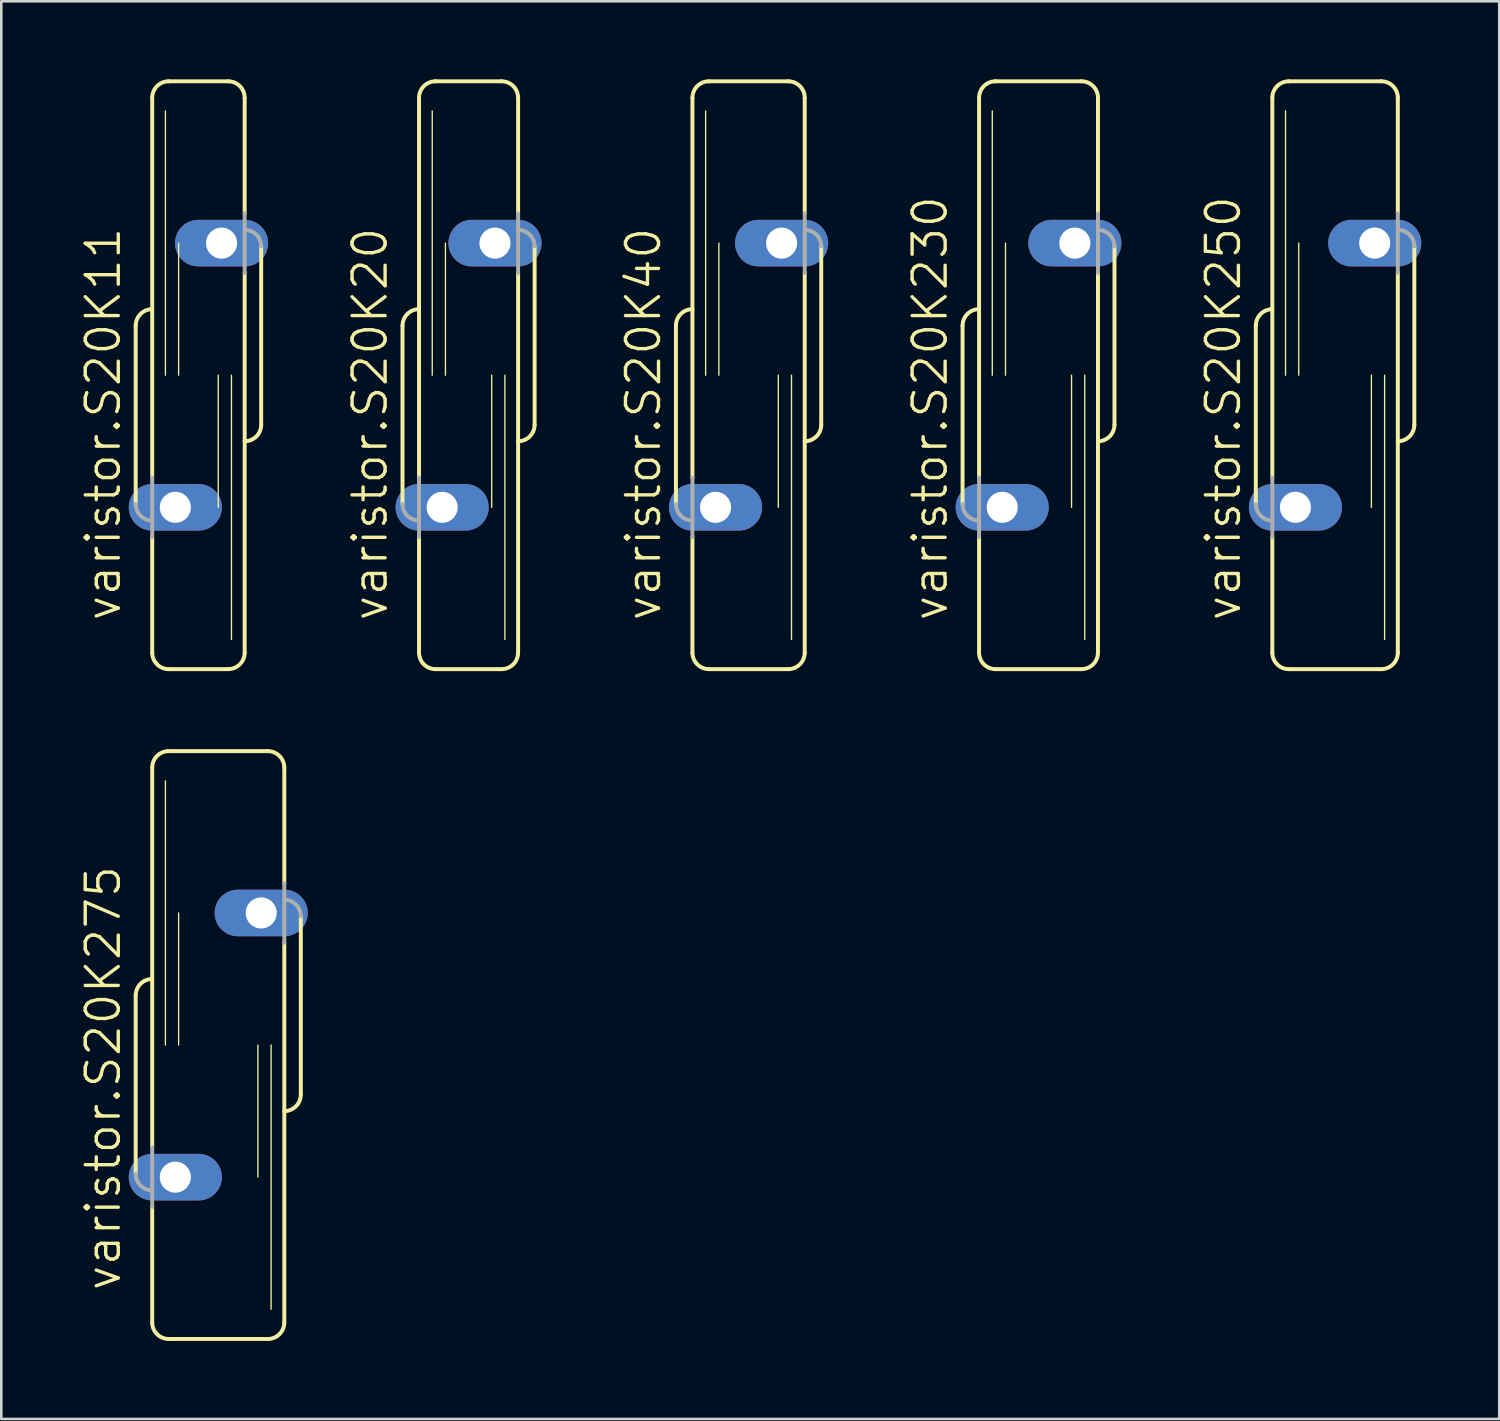
<source format=kicad_pcb>
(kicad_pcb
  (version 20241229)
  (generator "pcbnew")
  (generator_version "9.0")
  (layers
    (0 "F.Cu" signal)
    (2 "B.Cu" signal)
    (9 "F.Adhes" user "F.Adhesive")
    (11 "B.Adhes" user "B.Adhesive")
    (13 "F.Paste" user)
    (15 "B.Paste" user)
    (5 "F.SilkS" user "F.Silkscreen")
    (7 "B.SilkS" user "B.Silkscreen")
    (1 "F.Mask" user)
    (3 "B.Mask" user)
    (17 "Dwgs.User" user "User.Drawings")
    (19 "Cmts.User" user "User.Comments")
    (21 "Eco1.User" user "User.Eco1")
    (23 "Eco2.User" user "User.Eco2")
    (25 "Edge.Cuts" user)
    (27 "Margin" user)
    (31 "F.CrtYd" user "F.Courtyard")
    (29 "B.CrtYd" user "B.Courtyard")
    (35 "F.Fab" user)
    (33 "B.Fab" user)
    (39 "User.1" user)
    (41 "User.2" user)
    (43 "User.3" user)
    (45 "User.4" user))
  (footprint "varistor.S20K20"
    (layer "F.Cu")
    (at 14.969 11.379)
    (property "Reference" "varistor.S20K20" (at -3.048 9.525 90) (layer "F.SilkS") (effects (font (size 1.27 1.27) (thickness 0.13)) (justify left bottom)))
    (attr through_hole)
    (fp_line (start -2.54 -1.905) (end -2.54 4.953) (stroke (width 0.152) (type default)) (layer "F.SilkS"))
    (fp_line (start -1.905 3.937) (end -1.905 -10.668) (stroke (width 0.152) (type default)) (layer "F.SilkS"))
    (fp_line (start -1.905 10.668) (end -1.905 6.223) (stroke (width 0.152) (type default)) (layer "F.SilkS"))
    (fp_line (start -1.397 0) (end -1.397 -10.16) (stroke (width 0.051) (type default)) (layer "F.SilkS"))
    (fp_line (start -1.27 -11.303) (end 1.27 -11.303) (stroke (width 0.152) (type default)) (layer "F.SilkS"))
    (fp_line (start -1.27 11.303) (end 1.27 11.303) (stroke (width 0.152) (type default)) (layer "F.SilkS"))
    (fp_line (start -0.889 0) (end -0.889 -5.08) (stroke (width 0.051) (type default)) (layer "F.SilkS"))
    (fp_line (start 0.889 5.08) (end 0.889 0) (stroke (width 0.051) (type default)) (layer "F.SilkS"))
    (fp_line (start 1.397 10.16) (end 1.397 0) (stroke (width 0.051) (type default)) (layer "F.SilkS"))
    (fp_line (start 1.905 -6.223) (end 1.905 -10.668) (stroke (width 0.152) (type default)) (layer "F.SilkS"))
    (fp_line (start 1.905 10.668) (end 1.905 -3.937) (stroke (width 0.152) (type default)) (layer "F.SilkS"))
    (fp_line (start 2.54 1.905) (end 2.54 -4.953) (stroke (width 0.152) (type default)) (layer "F.SilkS"))
    (fp_arc (start -2.54 -1.905) (mid -2.354013 -2.354013) (end -1.905 -2.54) (stroke (width 0.1524) (type default)) (layer "F.SilkS"))
    (fp_arc (start -1.905 -10.668) (mid -1.719013 -11.117013) (end -1.27 -11.303) (stroke (width 0.1524) (type default)) (layer "F.SilkS"))
    (fp_arc (start -1.27 11.303) (mid -1.719013 11.117013) (end -1.905 10.668) (stroke (width 0.1524) (type default)) (layer "F.SilkS"))
    (fp_arc (start 1.27 -11.303) (mid 1.719013 -11.117013) (end 1.905 -10.668) (stroke (width 0.1524) (type default)) (layer "F.SilkS"))
    (fp_arc (start 1.905 10.668) (mid 1.719013 11.117013) (end 1.27 11.303) (stroke (width 0.1524) (type default)) (layer "F.SilkS"))
    (fp_arc (start 2.54 1.905) (mid 2.354013 2.354013) (end 1.905 2.54) (stroke (width 0.1524) (type default)) (layer "F.SilkS"))
    (fp_line (start -1.905 3.937) (end -1.905 6.223) (stroke (width 0.152) (type default)) (layer "F.Fab"))
    (fp_line (start 1.905 -3.937) (end 1.905 -6.223) (stroke (width 0.152) (type default)) (layer "F.Fab"))
    (fp_arc (start -1.905 5.588) (mid -2.354013 5.402013) (end -2.54 4.953) (stroke (width 0.1524) (type default)) (layer "F.Fab"))
    (fp_arc (start 1.905 -5.588) (mid 2.354013 -5.402013) (end 2.54 -4.953) (stroke (width 0.1524) (type default)) (layer "F.Fab"))
    (pad "1" thru_hole oval (at -1.016 5.08) (size 3.581 1.791) (drill 1.194) (layers "*.Cu" "*.Mask"))
    (pad "2" thru_hole oval (at 1.016 -5.08) (size 3.581 1.791) (drill 1.194) (layers "*.Cu" "*.Mask")))
  (footprint "varistor.S20K275"
    (layer "F.Cu")
    (at 5.343 37.138)
    (property "Reference" "varistor.S20K275" (at -3.683 9.525 90) (layer "F.SilkS") (effects (font (size 1.27 1.27) (thickness 0.13)) (justify left bottom)))
    (attr through_hole)
    (fp_line (start -3.175 -1.905) (end -3.175 4.953) (stroke (width 0.152) (type default)) (layer "F.SilkS"))
    (fp_line (start -2.54 3.937) (end -2.54 -10.668) (stroke (width 0.152) (type default)) (layer "F.SilkS"))
    (fp_line (start -2.54 10.668) (end -2.54 6.223) (stroke (width 0.152) (type default)) (layer "F.SilkS"))
    (fp_line (start -2.032 0) (end -2.032 -10.16) (stroke (width 0.051) (type default)) (layer "F.SilkS"))
    (fp_line (start -1.905 -11.303) (end 1.905 -11.303) (stroke (width 0.152) (type default)) (layer "F.SilkS"))
    (fp_line (start -1.905 11.303) (end 1.905 11.303) (stroke (width 0.152) (type default)) (layer "F.SilkS"))
    (fp_line (start -1.524 0) (end -1.524 -5.08) (stroke (width 0.051) (type default)) (layer "F.SilkS"))
    (fp_line (start 1.524 5.08) (end 1.524 0) (stroke (width 0.051) (type default)) (layer "F.SilkS"))
    (fp_line (start 2.032 10.16) (end 2.032 0) (stroke (width 0.051) (type default)) (layer "F.SilkS"))
    (fp_line (start 2.54 -6.223) (end 2.54 -10.668) (stroke (width 0.152) (type default)) (layer "F.SilkS"))
    (fp_line (start 2.54 10.668) (end 2.54 -3.937) (stroke (width 0.152) (type default)) (layer "F.SilkS"))
    (fp_line (start 3.175 1.905) (end 3.175 -4.953) (stroke (width 0.152) (type default)) (layer "F.SilkS"))
    (fp_arc (start -3.175 -1.905) (mid -2.989013 -2.354013) (end -2.54 -2.54) (stroke (width 0.1524) (type default)) (layer "F.SilkS"))
    (fp_arc (start -2.54 -10.668) (mid -2.354013 -11.117013) (end -1.905 -11.303) (stroke (width 0.1524) (type default)) (layer "F.SilkS"))
    (fp_arc (start -1.905 11.303) (mid -2.354013 11.117013) (end -2.54 10.668) (stroke (width 0.1524) (type default)) (layer "F.SilkS"))
    (fp_arc (start 1.905 -11.303) (mid 2.354013 -11.117013) (end 2.54 -10.668) (stroke (width 0.1524) (type default)) (layer "F.SilkS"))
    (fp_arc (start 2.54 10.668) (mid 2.354013 11.117013) (end 1.905 11.303) (stroke (width 0.1524) (type default)) (layer "F.SilkS"))
    (fp_arc (start 3.175 1.905) (mid 2.989013 2.354013) (end 2.54 2.54) (stroke (width 0.1524) (type default)) (layer "F.SilkS"))
    (fp_line (start -2.54 3.937) (end -2.54 6.223) (stroke (width 0.152) (type default)) (layer "F.Fab"))
    (fp_line (start 2.54 -3.937) (end 2.54 -6.223) (stroke (width 0.152) (type default)) (layer "F.Fab"))
    (fp_arc (start -2.54 5.588) (mid -2.989013 5.402013) (end -3.175 4.953) (stroke (width 0.1524) (type default)) (layer "F.Fab"))
    (fp_arc (start 2.54 -5.588) (mid 2.989013 -5.402013) (end 3.175 -4.953) (stroke (width 0.1524) (type default)) (layer "F.Fab"))
    (pad "1" thru_hole oval (at -1.651 5.08) (size 3.581 1.791) (drill 1.194) (layers "*.Cu" "*.Mask"))
    (pad "2" thru_hole oval (at 1.651 -5.08) (size 3.581 1.791) (drill 1.194) (layers "*.Cu" "*.Mask")))
  (footprint "varistor.S20K230"
    (layer "F.Cu")
    (at 36.887 11.379)
    (property "Reference" "varistor.S20K230" (at -3.429 9.525 90) (layer "F.SilkS") (effects (font (size 1.27 1.27) (thickness 0.13)) (justify left bottom)))
    (attr through_hole)
    (fp_line (start -2.921 -1.905) (end -2.921 4.953) (stroke (width 0.152) (type default)) (layer "F.SilkS"))
    (fp_line (start -2.286 3.937) (end -2.286 -10.668) (stroke (width 0.152) (type default)) (layer "F.SilkS"))
    (fp_line (start -2.286 10.668) (end -2.286 6.223) (stroke (width 0.152) (type default)) (layer "F.SilkS"))
    (fp_line (start -1.778 0) (end -1.778 -10.16) (stroke (width 0.051) (type default)) (layer "F.SilkS"))
    (fp_line (start -1.651 -11.303) (end 1.651 -11.303) (stroke (width 0.152) (type default)) (layer "F.SilkS"))
    (fp_line (start -1.651 11.303) (end 1.651 11.303) (stroke (width 0.152) (type default)) (layer "F.SilkS"))
    (fp_line (start -1.27 0) (end -1.27 -5.08) (stroke (width 0.051) (type default)) (layer "F.SilkS"))
    (fp_line (start 1.27 5.08) (end 1.27 0) (stroke (width 0.051) (type default)) (layer "F.SilkS"))
    (fp_line (start 1.778 10.16) (end 1.778 0) (stroke (width 0.051) (type default)) (layer "F.SilkS"))
    (fp_line (start 2.286 -6.223) (end 2.286 -10.668) (stroke (width 0.152) (type default)) (layer "F.SilkS"))
    (fp_line (start 2.286 10.668) (end 2.286 -3.937) (stroke (width 0.152) (type default)) (layer "F.SilkS"))
    (fp_line (start 2.921 1.905) (end 2.921 -4.953) (stroke (width 0.152) (type default)) (layer "F.SilkS"))
    (fp_arc (start -2.921 -1.905) (mid -2.735013 -2.354013) (end -2.286 -2.54) (stroke (width 0.1524) (type default)) (layer "F.SilkS"))
    (fp_arc (start -2.286 -10.668) (mid -2.100013 -11.117013) (end -1.651 -11.303) (stroke (width 0.1524) (type default)) (layer "F.SilkS"))
    (fp_arc (start -1.651 11.303) (mid -2.100013 11.117013) (end -2.286 10.668) (stroke (width 0.1524) (type default)) (layer "F.SilkS"))
    (fp_arc (start 1.651 -11.303) (mid 2.100013 -11.117013) (end 2.286 -10.668) (stroke (width 0.1524) (type default)) (layer "F.SilkS"))
    (fp_arc (start 2.286 10.668) (mid 2.100013 11.117013) (end 1.651 11.303) (stroke (width 0.1524) (type default)) (layer "F.SilkS"))
    (fp_arc (start 2.921 1.905) (mid 2.735013 2.354013) (end 2.286 2.54) (stroke (width 0.1524) (type default)) (layer "F.SilkS"))
    (fp_line (start -2.286 3.937) (end -2.286 6.223) (stroke (width 0.152) (type default)) (layer "F.Fab"))
    (fp_line (start 2.286 -3.937) (end 2.286 -6.223) (stroke (width 0.152) (type default)) (layer "F.Fab"))
    (fp_arc (start -2.286 5.588) (mid -2.735013 5.402013) (end -2.921 4.953) (stroke (width 0.1524) (type default)) (layer "F.Fab"))
    (fp_arc (start 2.286 -5.588) (mid 2.735013 -5.402013) (end 2.921 -4.953) (stroke (width 0.1524) (type default)) (layer "F.Fab"))
    (pad "1" thru_hole oval (at -1.397 5.08) (size 3.581 1.791) (drill 1.194) (layers "*.Cu" "*.Mask"))
    (pad "2" thru_hole oval (at 1.397 -5.08) (size 3.581 1.791) (drill 1.194) (layers "*.Cu" "*.Mask")))
  (footprint "varistor.S20K11"
    (layer "F.Cu")
    (at 4.581 11.379)
    (property "Reference" "varistor.S20K11" (at -2.921 9.525 90) (layer "F.SilkS") (effects (font (size 1.27 1.27) (thickness 0.13)) (justify left bottom)))
    (attr through_hole)
    (fp_line (start -2.413 -1.905) (end -2.413 4.953) (stroke (width 0.152) (type default)) (layer "F.SilkS"))
    (fp_line (start -1.778 3.937) (end -1.778 -10.668) (stroke (width 0.152) (type default)) (layer "F.SilkS"))
    (fp_line (start -1.778 10.668) (end -1.778 6.223) (stroke (width 0.152) (type default)) (layer "F.SilkS"))
    (fp_line (start -1.27 0) (end -1.27 -10.16) (stroke (width 0.051) (type default)) (layer "F.SilkS"))
    (fp_line (start -1.143 -11.303) (end 1.143 -11.303) (stroke (width 0.152) (type default)) (layer "F.SilkS"))
    (fp_line (start -1.143 11.303) (end 1.143 11.303) (stroke (width 0.152) (type default)) (layer "F.SilkS"))
    (fp_line (start -0.762 0) (end -0.762 -5.08) (stroke (width 0.051) (type default)) (layer "F.SilkS"))
    (fp_line (start 0.762 5.08) (end 0.762 0) (stroke (width 0.051) (type default)) (layer "F.SilkS"))
    (fp_line (start 1.27 10.16) (end 1.27 0) (stroke (width 0.051) (type default)) (layer "F.SilkS"))
    (fp_line (start 1.778 -6.223) (end 1.778 -10.668) (stroke (width 0.152) (type default)) (layer "F.SilkS"))
    (fp_line (start 1.778 10.668) (end 1.778 -3.937) (stroke (width 0.152) (type default)) (layer "F.SilkS"))
    (fp_line (start 2.413 1.905) (end 2.413 -4.953) (stroke (width 0.152) (type default)) (layer "F.SilkS"))
    (fp_arc (start -2.413 -1.905) (mid -2.227013 -2.354013) (end -1.778 -2.54) (stroke (width 0.1524) (type default)) (layer "F.SilkS"))
    (fp_arc (start -1.778 -10.668) (mid -1.592013 -11.117013) (end -1.143 -11.303) (stroke (width 0.1524) (type default)) (layer "F.SilkS"))
    (fp_arc (start -1.143 11.303) (mid -1.592013 11.117013) (end -1.778 10.668) (stroke (width 0.1524) (type default)) (layer "F.SilkS"))
    (fp_arc (start 1.143 -11.303) (mid 1.592013 -11.117013) (end 1.778 -10.668) (stroke (width 0.1524) (type default)) (layer "F.SilkS"))
    (fp_arc (start 1.778 10.668) (mid 1.592013 11.117013) (end 1.143 11.303) (stroke (width 0.1524) (type default)) (layer "F.SilkS"))
    (fp_arc (start 2.413 1.905) (mid 2.227013 2.354013) (end 1.778 2.54) (stroke (width 0.1524) (type default)) (layer "F.SilkS"))
    (fp_line (start -1.778 3.937) (end -1.778 6.223) (stroke (width 0.152) (type default)) (layer "F.Fab"))
    (fp_line (start 1.778 -3.937) (end 1.778 -6.223) (stroke (width 0.152) (type default)) (layer "F.Fab"))
    (fp_arc (start -1.778 5.588) (mid -2.227013 5.402013) (end -2.413 4.953) (stroke (width 0.1524) (type default)) (layer "F.Fab"))
    (fp_arc (start 1.778 -5.588) (mid 2.227013 -5.402013) (end 2.413 -4.953) (stroke (width 0.1524) (type default)) (layer "F.Fab"))
    (pad "1" thru_hole oval (at -0.889 5.08) (size 3.581 1.791) (drill 1.194) (layers "*.Cu" "*.Mask"))
    (pad "2" thru_hole oval (at 0.889 -5.08) (size 3.581 1.791) (drill 1.194) (layers "*.Cu" "*.Mask")))
  (footprint "varistor.S20K40"
    (layer "F.Cu")
    (at 25.737 11.379)
    (property "Reference" "varistor.S20K40" (at -3.302 9.525 90) (layer "F.SilkS") (effects (font (size 1.27 1.27) (thickness 0.13)) (justify left bottom)))
    (attr through_hole)
    (fp_line (start -2.794 -1.905) (end -2.794 4.953) (stroke (width 0.152) (type default)) (layer "F.SilkS"))
    (fp_line (start -2.159 3.937) (end -2.159 -10.668) (stroke (width 0.152) (type default)) (layer "F.SilkS"))
    (fp_line (start -2.159 10.668) (end -2.159 6.223) (stroke (width 0.152) (type default)) (layer "F.SilkS"))
    (fp_line (start -1.651 0) (end -1.651 -10.16) (stroke (width 0.051) (type default)) (layer "F.SilkS"))
    (fp_line (start -1.524 -11.303) (end 1.524 -11.303) (stroke (width 0.152) (type default)) (layer "F.SilkS"))
    (fp_line (start -1.524 11.303) (end 1.524 11.303) (stroke (width 0.152) (type default)) (layer "F.SilkS"))
    (fp_line (start -1.143 0) (end -1.143 -5.08) (stroke (width 0.051) (type default)) (layer "F.SilkS"))
    (fp_line (start 1.143 5.08) (end 1.143 0) (stroke (width 0.051) (type default)) (layer "F.SilkS"))
    (fp_line (start 1.651 10.16) (end 1.651 0) (stroke (width 0.051) (type default)) (layer "F.SilkS"))
    (fp_line (start 2.159 -6.223) (end 2.159 -10.668) (stroke (width 0.152) (type default)) (layer "F.SilkS"))
    (fp_line (start 2.159 10.668) (end 2.159 -3.937) (stroke (width 0.152) (type default)) (layer "F.SilkS"))
    (fp_line (start 2.794 1.905) (end 2.794 -4.953) (stroke (width 0.152) (type default)) (layer "F.SilkS"))
    (fp_arc (start -2.794 -1.905) (mid -2.608013 -2.354013) (end -2.159 -2.54) (stroke (width 0.1524) (type default)) (layer "F.SilkS"))
    (fp_arc (start -2.159 -10.668) (mid -1.973013 -11.117013) (end -1.524 -11.303) (stroke (width 0.1524) (type default)) (layer "F.SilkS"))
    (fp_arc (start -1.524 11.303) (mid -1.973013 11.117013) (end -2.159 10.668) (stroke (width 0.1524) (type default)) (layer "F.SilkS"))
    (fp_arc (start 1.524 -11.303) (mid 1.973013 -11.117013) (end 2.159 -10.668) (stroke (width 0.1524) (type default)) (layer "F.SilkS"))
    (fp_arc (start 2.159 10.668) (mid 1.973013 11.117013) (end 1.524 11.303) (stroke (width 0.1524) (type default)) (layer "F.SilkS"))
    (fp_arc (start 2.794 1.905) (mid 2.608013 2.354013) (end 2.159 2.54) (stroke (width 0.1524) (type default)) (layer "F.SilkS"))
    (fp_line (start -2.159 3.937) (end -2.159 6.223) (stroke (width 0.152) (type default)) (layer "F.Fab"))
    (fp_line (start 2.159 -3.937) (end 2.159 -6.223) (stroke (width 0.152) (type default)) (layer "F.Fab"))
    (fp_arc (start -2.159 5.588) (mid -2.608013 5.402013) (end -2.794 4.953) (stroke (width 0.1524) (type default)) (layer "F.Fab"))
    (fp_arc (start 2.159 -5.588) (mid 2.608013 -5.402013) (end 2.794 -4.953) (stroke (width 0.1524) (type default)) (layer "F.Fab"))
    (pad "1" thru_hole oval (at -1.27 5.08) (size 3.581 1.791) (drill 1.194) (layers "*.Cu" "*.Mask"))
    (pad "2" thru_hole oval (at 1.27 -5.08) (size 3.581 1.791) (drill 1.194) (layers "*.Cu" "*.Mask")))
  (footprint "varistor.S20K250"
    (layer "F.Cu")
    (at 48.291 11.379)
    (property "Reference" "varistor.S20K250" (at -3.556 9.525 90) (layer "F.SilkS") (effects (font (size 1.27 1.27) (thickness 0.13)) (justify left bottom)))
    (attr through_hole)
    (fp_line (start -3.048 -1.905) (end -3.048 4.953) (stroke (width 0.152) (type default)) (layer "F.SilkS"))
    (fp_line (start -2.413 3.937) (end -2.413 -10.668) (stroke (width 0.152) (type default)) (layer "F.SilkS"))
    (fp_line (start -2.413 10.668) (end -2.413 6.223) (stroke (width 0.152) (type default)) (layer "F.SilkS"))
    (fp_line (start -1.905 0) (end -1.905 -10.16) (stroke (width 0.051) (type default)) (layer "F.SilkS"))
    (fp_line (start -1.778 -11.303) (end 1.778 -11.303) (stroke (width 0.152) (type default)) (layer "F.SilkS"))
    (fp_line (start -1.778 11.303) (end 1.778 11.303) (stroke (width 0.152) (type default)) (layer "F.SilkS"))
    (fp_line (start -1.397 0) (end -1.397 -5.08) (stroke (width 0.051) (type default)) (layer "F.SilkS"))
    (fp_line (start 1.397 5.08) (end 1.397 0) (stroke (width 0.051) (type default)) (layer "F.SilkS"))
    (fp_line (start 1.905 10.16) (end 1.905 0) (stroke (width 0.051) (type default)) (layer "F.SilkS"))
    (fp_line (start 2.413 -6.223) (end 2.413 -10.668) (stroke (width 0.152) (type default)) (layer "F.SilkS"))
    (fp_line (start 2.413 10.668) (end 2.413 -3.937) (stroke (width 0.152) (type default)) (layer "F.SilkS"))
    (fp_line (start 3.048 1.905) (end 3.048 -4.953) (stroke (width 0.152) (type default)) (layer "F.SilkS"))
    (fp_arc (start -3.048 -1.905) (mid -2.862013 -2.354013) (end -2.413 -2.54) (stroke (width 0.1524) (type default)) (layer "F.SilkS"))
    (fp_arc (start -2.413 -10.668) (mid -2.227013 -11.117013) (end -1.778 -11.303) (stroke (width 0.1524) (type default)) (layer "F.SilkS"))
    (fp_arc (start -1.778 11.303) (mid -2.227013 11.117013) (end -2.413 10.668) (stroke (width 0.1524) (type default)) (layer "F.SilkS"))
    (fp_arc (start 1.778 -11.303) (mid 2.227013 -11.117013) (end 2.413 -10.668) (stroke (width 0.1524) (type default)) (layer "F.SilkS"))
    (fp_arc (start 2.413 10.668) (mid 2.227013 11.117013) (end 1.778 11.303) (stroke (width 0.1524) (type default)) (layer "F.SilkS"))
    (fp_arc (start 3.048 1.905) (mid 2.862013 2.354013) (end 2.413 2.54) (stroke (width 0.1524) (type default)) (layer "F.SilkS"))
    (fp_line (start -2.413 3.937) (end -2.413 6.223) (stroke (width 0.152) (type default)) (layer "F.Fab"))
    (fp_line (start 2.413 -3.937) (end 2.413 -6.223) (stroke (width 0.152) (type default)) (layer "F.Fab"))
    (fp_arc (start -2.413 5.588) (mid -2.862013 5.402013) (end -3.048 4.953) (stroke (width 0.1524) (type default)) (layer "F.Fab"))
    (fp_arc (start 2.413 -5.588) (mid 2.862013 -5.402013) (end 3.048 -4.953) (stroke (width 0.1524) (type default)) (layer "F.Fab"))
    (pad "1" thru_hole oval (at -1.524 5.08) (size 3.581 1.791) (drill 1.194) (layers "*.Cu" "*.Mask"))
    (pad "2" thru_hole oval (at 1.524 -5.08) (size 3.581 1.791) (drill 1.194) (layers "*.Cu" "*.Mask")))
  (gr_rect
    (start -3 -3)
    (end 54.605 51.517)
    (stroke (width 0.1) (type default))
    (fill no)
    (layer "Edge.Cuts")))
</source>
